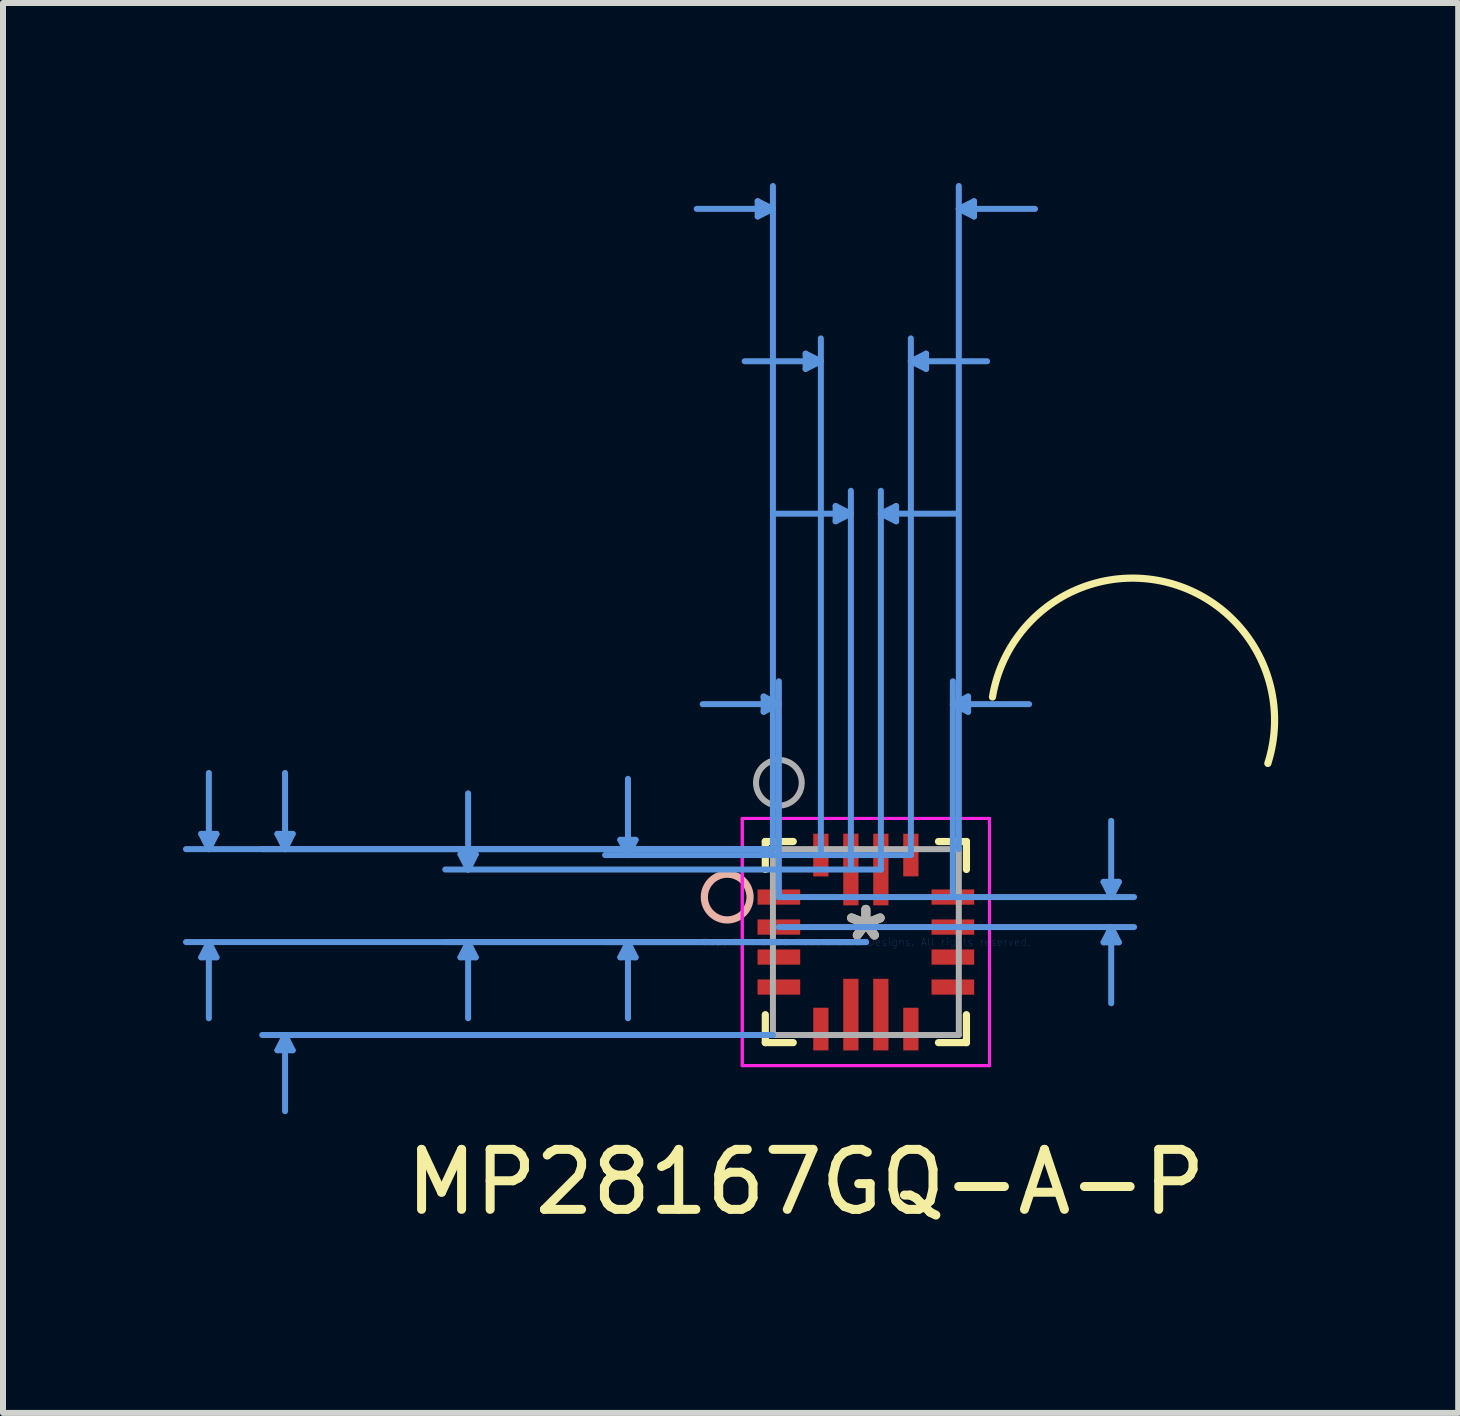
<source format=kicad_pcb>
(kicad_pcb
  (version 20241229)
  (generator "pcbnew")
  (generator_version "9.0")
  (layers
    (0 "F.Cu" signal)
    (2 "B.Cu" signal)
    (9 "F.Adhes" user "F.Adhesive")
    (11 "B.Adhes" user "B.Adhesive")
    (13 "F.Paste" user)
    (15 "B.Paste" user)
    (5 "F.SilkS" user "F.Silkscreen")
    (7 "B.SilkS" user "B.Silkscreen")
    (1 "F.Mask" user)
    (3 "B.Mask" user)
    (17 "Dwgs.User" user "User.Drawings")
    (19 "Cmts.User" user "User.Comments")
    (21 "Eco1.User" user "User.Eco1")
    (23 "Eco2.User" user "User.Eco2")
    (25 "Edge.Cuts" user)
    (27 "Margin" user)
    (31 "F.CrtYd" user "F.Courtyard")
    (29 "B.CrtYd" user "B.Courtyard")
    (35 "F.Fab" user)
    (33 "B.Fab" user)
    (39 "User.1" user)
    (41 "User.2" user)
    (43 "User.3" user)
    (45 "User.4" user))
  (footprint "MP28167GQ-A-P"
    (layer "F.Cu")
    (at 11.381 12.651)
    (property "Reference" "MP28167GQ-A-P" (at -1 4 0) (layer "F.SilkS") (effects (font (size 1 1) (thickness 0.15))))
    (attr through_hole)
    (fp_line (start -1.676 -1.676) (end -1.676 -1.21) (stroke (width 0.12) (type solid)) (layer "F.SilkS"))
    (fp_line (start -1.676 1.21) (end -1.676 1.676) (stroke (width 0.12) (type solid)) (layer "F.SilkS"))
    (fp_line (start -1.676 1.676) (end -1.21 1.676) (stroke (width 0.12) (type solid)) (layer "F.SilkS"))
    (fp_line (start -1.21 -1.676) (end -1.676 -1.676) (stroke (width 0.12) (type solid)) (layer "F.SilkS"))
    (fp_line (start 1.21 1.676) (end 1.676 1.676) (stroke (width 0.12) (type solid)) (layer "F.SilkS"))
    (fp_line (start 1.676 -1.676) (end 1.21 -1.676) (stroke (width 0.12) (type solid)) (layer "F.SilkS"))
    (fp_line (start 1.676 -1.21) (end 1.676 -1.676) (stroke (width 0.12) (type solid)) (layer "F.SilkS"))
    (fp_line (start 1.676 1.676) (end 1.676 1.21) (stroke (width 0.12) (type solid)) (layer "F.SilkS"))
    (fp_arc (start 2.109961 -4.084227) (mid 5 -6) (end 6.699473 -2.977699) (stroke (width 0.12) (type solid)) (layer "F.SilkS"))
    (fp_circle (center -2.311 -0.75) (end -1.93 -0.75) (stroke (width 0.12) (type solid)) (fill no) (layer "B.SilkS"))
    (fp_line (start -11.077 -1.803) (end -10.823 -1.803) (stroke (width 0.1) (type solid)) (layer "Cmts.User"))
    (fp_line (start -11.077 0.254) (end -10.823 0.254) (stroke (width 0.1) (type solid)) (layer "Cmts.User"))
    (fp_line (start -10.95 -1.549) (end -11.077 -1.803) (stroke (width 0.1) (type solid)) (layer "Cmts.User"))
    (fp_line (start -10.95 -1.549) (end -10.95 -2.819) (stroke (width 0.1) (type solid)) (layer "Cmts.User"))
    (fp_line (start -10.95 -1.549) (end -10.823 -1.803) (stroke (width 0.1) (type solid)) (layer "Cmts.User"))
    (fp_line (start -10.95 0) (end -11.077 0.254) (stroke (width 0.1) (type solid)) (layer "Cmts.User"))
    (fp_line (start -10.95 0) (end -10.95 1.27) (stroke (width 0.1) (type solid)) (layer "Cmts.User"))
    (fp_line (start -10.95 0) (end -10.823 0.254) (stroke (width 0.1) (type solid)) (layer "Cmts.User"))
    (fp_line (start -9.807 -1.803) (end -9.553 -1.803) (stroke (width 0.1) (type solid)) (layer "Cmts.User"))
    (fp_line (start -9.807 1.803) (end -9.553 1.803) (stroke (width 0.1) (type solid)) (layer "Cmts.User"))
    (fp_line (start -9.68 -1.549) (end -9.807 -1.803) (stroke (width 0.1) (type solid)) (layer "Cmts.User"))
    (fp_line (start -9.68 -1.549) (end -9.68 -2.819) (stroke (width 0.1) (type solid)) (layer "Cmts.User"))
    (fp_line (start -9.68 -1.549) (end -9.553 -1.803) (stroke (width 0.1) (type solid)) (layer "Cmts.User"))
    (fp_line (start -9.68 1.549) (end -9.807 1.803) (stroke (width 0.1) (type solid)) (layer "Cmts.User"))
    (fp_line (start -9.68 1.549) (end -9.68 2.819) (stroke (width 0.1) (type solid)) (layer "Cmts.User"))
    (fp_line (start -9.68 1.549) (end -9.553 1.803) (stroke (width 0.1) (type solid)) (layer "Cmts.User"))
    (fp_line (start -6.756 -1.463) (end -6.502 -1.463) (stroke (width 0.1) (type solid)) (layer "Cmts.User"))
    (fp_line (start -6.756 0.254) (end -6.502 0.254) (stroke (width 0.1) (type solid)) (layer "Cmts.User"))
    (fp_line (start -6.629 -1.209) (end -6.756 -1.463) (stroke (width 0.1) (type solid)) (layer "Cmts.User"))
    (fp_line (start -6.629 -1.209) (end -6.629 -2.479) (stroke (width 0.1) (type solid)) (layer "Cmts.User"))
    (fp_line (start -6.629 -1.209) (end -6.502 -1.463) (stroke (width 0.1) (type solid)) (layer "Cmts.User"))
    (fp_line (start -6.629 0) (end -6.756 0.254) (stroke (width 0.1) (type solid)) (layer "Cmts.User"))
    (fp_line (start -6.629 0) (end -6.629 1.27) (stroke (width 0.1) (type solid)) (layer "Cmts.User"))
    (fp_line (start -6.629 0) (end -6.502 0.254) (stroke (width 0.1) (type solid)) (layer "Cmts.User"))
    (fp_line (start -4.092 -1.704) (end -3.838 -1.704) (stroke (width 0.1) (type solid)) (layer "Cmts.User"))
    (fp_line (start -4.092 0.254) (end -3.838 0.254) (stroke (width 0.1) (type solid)) (layer "Cmts.User"))
    (fp_line (start -3.965 -1.45) (end -4.092 -1.704) (stroke (width 0.1) (type solid)) (layer "Cmts.User"))
    (fp_line (start -3.965 -1.45) (end -3.965 -2.72) (stroke (width 0.1) (type solid)) (layer "Cmts.User"))
    (fp_line (start -3.965 -1.45) (end -3.838 -1.704) (stroke (width 0.1) (type solid)) (layer "Cmts.User"))
    (fp_line (start -3.965 0) (end -4.092 0.254) (stroke (width 0.1) (type solid)) (layer "Cmts.User"))
    (fp_line (start -3.965 0) (end -3.965 1.27) (stroke (width 0.1) (type solid)) (layer "Cmts.User"))
    (fp_line (start -3.965 0) (end -3.838 0.254) (stroke (width 0.1) (type solid)) (layer "Cmts.User"))
    (fp_line (start -1.803 -12.347) (end -1.803 -12.093) (stroke (width 0.1) (type solid)) (layer "Cmts.User"))
    (fp_line (start -1.704 -4.092) (end -1.704 -3.838) (stroke (width 0.1) (type solid)) (layer "Cmts.User"))
    (fp_line (start -1.549 -12.22) (end -2.819 -12.22) (stroke (width 0.1) (type solid)) (layer "Cmts.User"))
    (fp_line (start -1.549 -12.22) (end -1.803 -12.347) (stroke (width 0.1) (type solid)) (layer "Cmts.User"))
    (fp_line (start -1.549 -12.22) (end -1.803 -12.093) (stroke (width 0.1) (type solid)) (layer "Cmts.User"))
    (fp_line (start -1.549 -1.549) (end -11.331 -1.549) (stroke (width 0.1) (type solid)) (layer "Cmts.User"))
    (fp_line (start -1.549 -1.549) (end -10.061 -1.549) (stroke (width 0.1) (type solid)) (layer "Cmts.User"))
    (fp_line (start -1.549 -1.549) (end -1.549 -12.601) (stroke (width 0.1) (type solid)) (layer "Cmts.User"))
    (fp_line (start -1.549 1.549) (end -10.061 1.549) (stroke (width 0.1) (type solid)) (layer "Cmts.User"))
    (fp_line (start -1.45 -3.965) (end -2.72 -3.965) (stroke (width 0.1) (type solid)) (layer "Cmts.User"))
    (fp_line (start -1.45 -3.965) (end -1.704 -4.092) (stroke (width 0.1) (type solid)) (layer "Cmts.User"))
    (fp_line (start -1.45 -3.965) (end -1.704 -3.838) (stroke (width 0.1) (type solid)) (layer "Cmts.User"))
    (fp_line (start -1.45 -0.75) (end -1.45 -4.346) (stroke (width 0.1) (type solid)) (layer "Cmts.User"))
    (fp_line (start -1.45 -0.75) (end 4.47 -0.75) (stroke (width 0.1) (type solid)) (layer "Cmts.User"))
    (fp_line (start -1.45 -0.25) (end 4.47 -0.25) (stroke (width 0.1) (type solid)) (layer "Cmts.User"))
    (fp_line (start -1.004 -9.807) (end -1.004 -9.553) (stroke (width 0.1) (type solid)) (layer "Cmts.User"))
    (fp_line (start -0.75 -9.68) (end -2.02 -9.68) (stroke (width 0.1) (type solid)) (layer "Cmts.User"))
    (fp_line (start -0.75 -9.68) (end -1.004 -9.807) (stroke (width 0.1) (type solid)) (layer "Cmts.User"))
    (fp_line (start -0.75 -9.68) (end -1.004 -9.553) (stroke (width 0.1) (type solid)) (layer "Cmts.User"))
    (fp_line (start -0.75 -1.45) (end -0.75 -10.061) (stroke (width 0.1) (type solid)) (layer "Cmts.User"))
    (fp_line (start -0.504 -7.267) (end -0.504 -7.013) (stroke (width 0.1) (type solid)) (layer "Cmts.User"))
    (fp_line (start -0.25 -7.14) (end -1.52 -7.14) (stroke (width 0.1) (type solid)) (layer "Cmts.User"))
    (fp_line (start -0.25 -7.14) (end -0.504 -7.267) (stroke (width 0.1) (type solid)) (layer "Cmts.User"))
    (fp_line (start -0.25 -7.14) (end -0.504 -7.013) (stroke (width 0.1) (type solid)) (layer "Cmts.User"))
    (fp_line (start -0.25 -1.209) (end -0.25 -7.521) (stroke (width 0.1) (type solid)) (layer "Cmts.User"))
    (fp_line (start 0 0) (end -11.331 0) (stroke (width 0.1) (type solid)) (layer "Cmts.User"))
    (fp_line (start 0 0) (end -7.01 0) (stroke (width 0.1) (type solid)) (layer "Cmts.User"))
    (fp_line (start 0 0) (end -4.346 0) (stroke (width 0.1) (type solid)) (layer "Cmts.User"))
    (fp_line (start 0.25 -7.14) (end 0.504 -7.267) (stroke (width 0.1) (type solid)) (layer "Cmts.User"))
    (fp_line (start 0.25 -7.14) (end 0.504 -7.013) (stroke (width 0.1) (type solid)) (layer "Cmts.User"))
    (fp_line (start 0.25 -7.14) (end 1.52 -7.14) (stroke (width 0.1) (type solid)) (layer "Cmts.User"))
    (fp_line (start 0.25 -1.209) (end -7.01 -1.209) (stroke (width 0.1) (type solid)) (layer "Cmts.User"))
    (fp_line (start 0.25 -1.209) (end 0.25 -7.521) (stroke (width 0.1) (type solid)) (layer "Cmts.User"))
    (fp_line (start 0.504 -7.267) (end 0.504 -7.013) (stroke (width 0.1) (type solid)) (layer "Cmts.User"))
    (fp_line (start 0.75 -9.68) (end 1.004 -9.807) (stroke (width 0.1) (type solid)) (layer "Cmts.User"))
    (fp_line (start 0.75 -9.68) (end 1.004 -9.553) (stroke (width 0.1) (type solid)) (layer "Cmts.User"))
    (fp_line (start 0.75 -9.68) (end 2.02 -9.68) (stroke (width 0.1) (type solid)) (layer "Cmts.User"))
    (fp_line (start 0.75 -1.45) (end -4.346 -1.45) (stroke (width 0.1) (type solid)) (layer "Cmts.User"))
    (fp_line (start 0.75 -1.45) (end 0.75 -10.061) (stroke (width 0.1) (type solid)) (layer "Cmts.User"))
    (fp_line (start 1.004 -9.807) (end 1.004 -9.553) (stroke (width 0.1) (type solid)) (layer "Cmts.User"))
    (fp_line (start 1.45 -3.965) (end 1.704 -4.092) (stroke (width 0.1) (type solid)) (layer "Cmts.User"))
    (fp_line (start 1.45 -3.965) (end 1.704 -3.838) (stroke (width 0.1) (type solid)) (layer "Cmts.User"))
    (fp_line (start 1.45 -3.965) (end 2.72 -3.965) (stroke (width 0.1) (type solid)) (layer "Cmts.User"))
    (fp_line (start 1.45 -0.75) (end 1.45 -4.346) (stroke (width 0.1) (type solid)) (layer "Cmts.User"))
    (fp_line (start 1.549 -12.22) (end 1.803 -12.347) (stroke (width 0.1) (type solid)) (layer "Cmts.User"))
    (fp_line (start 1.549 -12.22) (end 1.803 -12.093) (stroke (width 0.1) (type solid)) (layer "Cmts.User"))
    (fp_line (start 1.549 -12.22) (end 2.819 -12.22) (stroke (width 0.1) (type solid)) (layer "Cmts.User"))
    (fp_line (start 1.549 -1.549) (end 1.549 -12.601) (stroke (width 0.1) (type solid)) (layer "Cmts.User"))
    (fp_line (start 1.704 -4.092) (end 1.704 -3.838) (stroke (width 0.1) (type solid)) (layer "Cmts.User"))
    (fp_line (start 1.803 -12.347) (end 1.803 -12.093) (stroke (width 0.1) (type solid)) (layer "Cmts.User"))
    (fp_line (start 3.962 -1.004) (end 4.216 -1.004) (stroke (width 0.1) (type solid)) (layer "Cmts.User"))
    (fp_line (start 3.962 0.004) (end 4.216 0.004) (stroke (width 0.1) (type solid)) (layer "Cmts.User"))
    (fp_line (start 4.089 -0.75) (end 3.962 -1.004) (stroke (width 0.1) (type solid)) (layer "Cmts.User"))
    (fp_line (start 4.089 -0.75) (end 4.089 -2.02) (stroke (width 0.1) (type solid)) (layer "Cmts.User"))
    (fp_line (start 4.089 -0.75) (end 4.216 -1.004) (stroke (width 0.1) (type solid)) (layer "Cmts.User"))
    (fp_line (start 4.089 -0.25) (end 3.962 0.004) (stroke (width 0.1) (type solid)) (layer "Cmts.User"))
    (fp_line (start 4.089 -0.25) (end 4.089 1.02) (stroke (width 0.1) (type solid)) (layer "Cmts.User"))
    (fp_line (start 4.089 -0.25) (end 4.216 0.004) (stroke (width 0.1) (type solid)) (layer "Cmts.User"))
    (fp_line (start -2.06 -2.06) (end -2.06 2.06) (stroke (width 0.05) (type solid)) (layer "F.CrtYd"))
    (fp_line (start -2.06 -2.06) (end -2.06 2.06) (stroke (width 0.05) (type solid)) (layer "F.CrtYd"))
    (fp_line (start -2.06 2.06) (end 2.06 2.06) (stroke (width 0.05) (type solid)) (layer "F.CrtYd"))
    (fp_line (start -2.06 2.06) (end 2.06 2.06) (stroke (width 0.05) (type solid)) (layer "F.CrtYd"))
    (fp_line (start 2.06 -2.06) (end -2.06 -2.06) (stroke (width 0.05) (type solid)) (layer "F.CrtYd"))
    (fp_line (start 2.06 -2.06) (end -2.06 -2.06) (stroke (width 0.05) (type solid)) (layer "F.CrtYd"))
    (fp_line (start 2.06 2.06) (end 2.06 -2.06) (stroke (width 0.05) (type solid)) (layer "F.CrtYd"))
    (fp_line (start 2.06 2.06) (end 2.06 -2.06) (stroke (width 0.05) (type solid)) (layer "F.CrtYd"))
    (fp_line (start -1.549 -1.549) (end -1.549 1.549) (stroke (width 0.1) (type solid)) (layer "F.Fab"))
    (fp_line (start -1.549 1.549) (end 1.549 1.549) (stroke (width 0.1) (type solid)) (layer "F.Fab"))
    (fp_line (start 1.549 -1.549) (end -1.549 -1.549) (stroke (width 0.1) (type solid)) (layer "F.Fab"))
    (fp_line (start 1.549 1.549) (end 1.549 -1.549) (stroke (width 0.1) (type solid)) (layer "F.Fab"))
    (fp_circle (center -1.45 -2.655) (end -1.069 -2.655) (stroke (width 0.1) (type solid)) (fill no) (layer "F.Fab"))
    (fp_text user "*" (at 0 0 0) (layer "F.SilkS") (effects (font (size 1 1) (thickness 0.15))))
    (fp_text user "Copyright 2021 Accelerated Designs. All rights reserved." (at 0 0 0) (layer "Cmts.User") (effects (font (size 0.127 0.127) (thickness 0.002))))
    (fp_text user "*" (at 0 0 0) (layer "F.Fab") (effects (font (size 1 1) (thickness 0.15))))
    (pad "1" smd rect (at -1.45 -0.75) (size 0.711 0.254) (layers "F.Cu" "F.Mask" "F.Paste"))
    (pad "2" smd rect (at -1.45 -0.25) (size 0.711 0.254) (layers "F.Cu" "F.Mask" "F.Paste"))
    (pad "3" smd rect (at -1.45 0.25) (size 0.711 0.254) (layers "F.Cu" "F.Mask" "F.Paste"))
    (pad "4" smd rect (at -1.45 0.75) (size 0.711 0.254) (layers "F.Cu" "F.Mask" "F.Paste"))
    (pad "5" smd rect (at -0.75 1.45) (size 0.254 0.711) (layers "F.Cu" "F.Mask" "F.Paste"))
    (pad "6" smd rect (at -0.25 1.209) (size 0.254 1.194) (layers "F.Cu" "F.Mask" "F.Paste"))
    (pad "7" smd rect (at 0.25 1.209) (size 0.254 1.194) (layers "F.Cu" "F.Mask" "F.Paste"))
    (pad "8" smd rect (at 0.75 1.45) (size 0.254 0.711) (layers "F.Cu" "F.Mask" "F.Paste"))
    (pad "9" smd rect (at 1.45 0.75) (size 0.711 0.254) (layers "F.Cu" "F.Mask" "F.Paste"))
    (pad "10" smd rect (at 1.45 0.25) (size 0.711 0.254) (layers "F.Cu" "F.Mask" "F.Paste"))
    (pad "11" smd rect (at 1.45 -0.25) (size 0.711 0.254) (layers "F.Cu" "F.Mask" "F.Paste"))
    (pad "12" smd rect (at 1.45 -0.75) (size 0.711 0.254) (layers "F.Cu" "F.Mask" "F.Paste"))
    (pad "13" smd rect (at 0.75 -1.45) (size 0.254 0.711) (layers "F.Cu" "F.Mask" "F.Paste"))
    (pad "14" smd rect (at 0.25 -1.209) (size 0.254 1.194) (layers "F.Cu" "F.Mask" "F.Paste"))
    (pad "15" smd rect (at -0.25 -1.209) (size 0.254 1.194) (layers "F.Cu" "F.Mask" "F.Paste"))
    (pad "16" smd rect (at -0.75 -1.45) (size 0.254 0.711) (layers "F.Cu" "F.Mask" "F.Paste")))
  (gr_rect
    (start -3 -3)
    (end 21.253 20.499)
    (stroke (width 0.1) (type default))
    (fill no)
    (layer "Edge.Cuts")))
</source>
